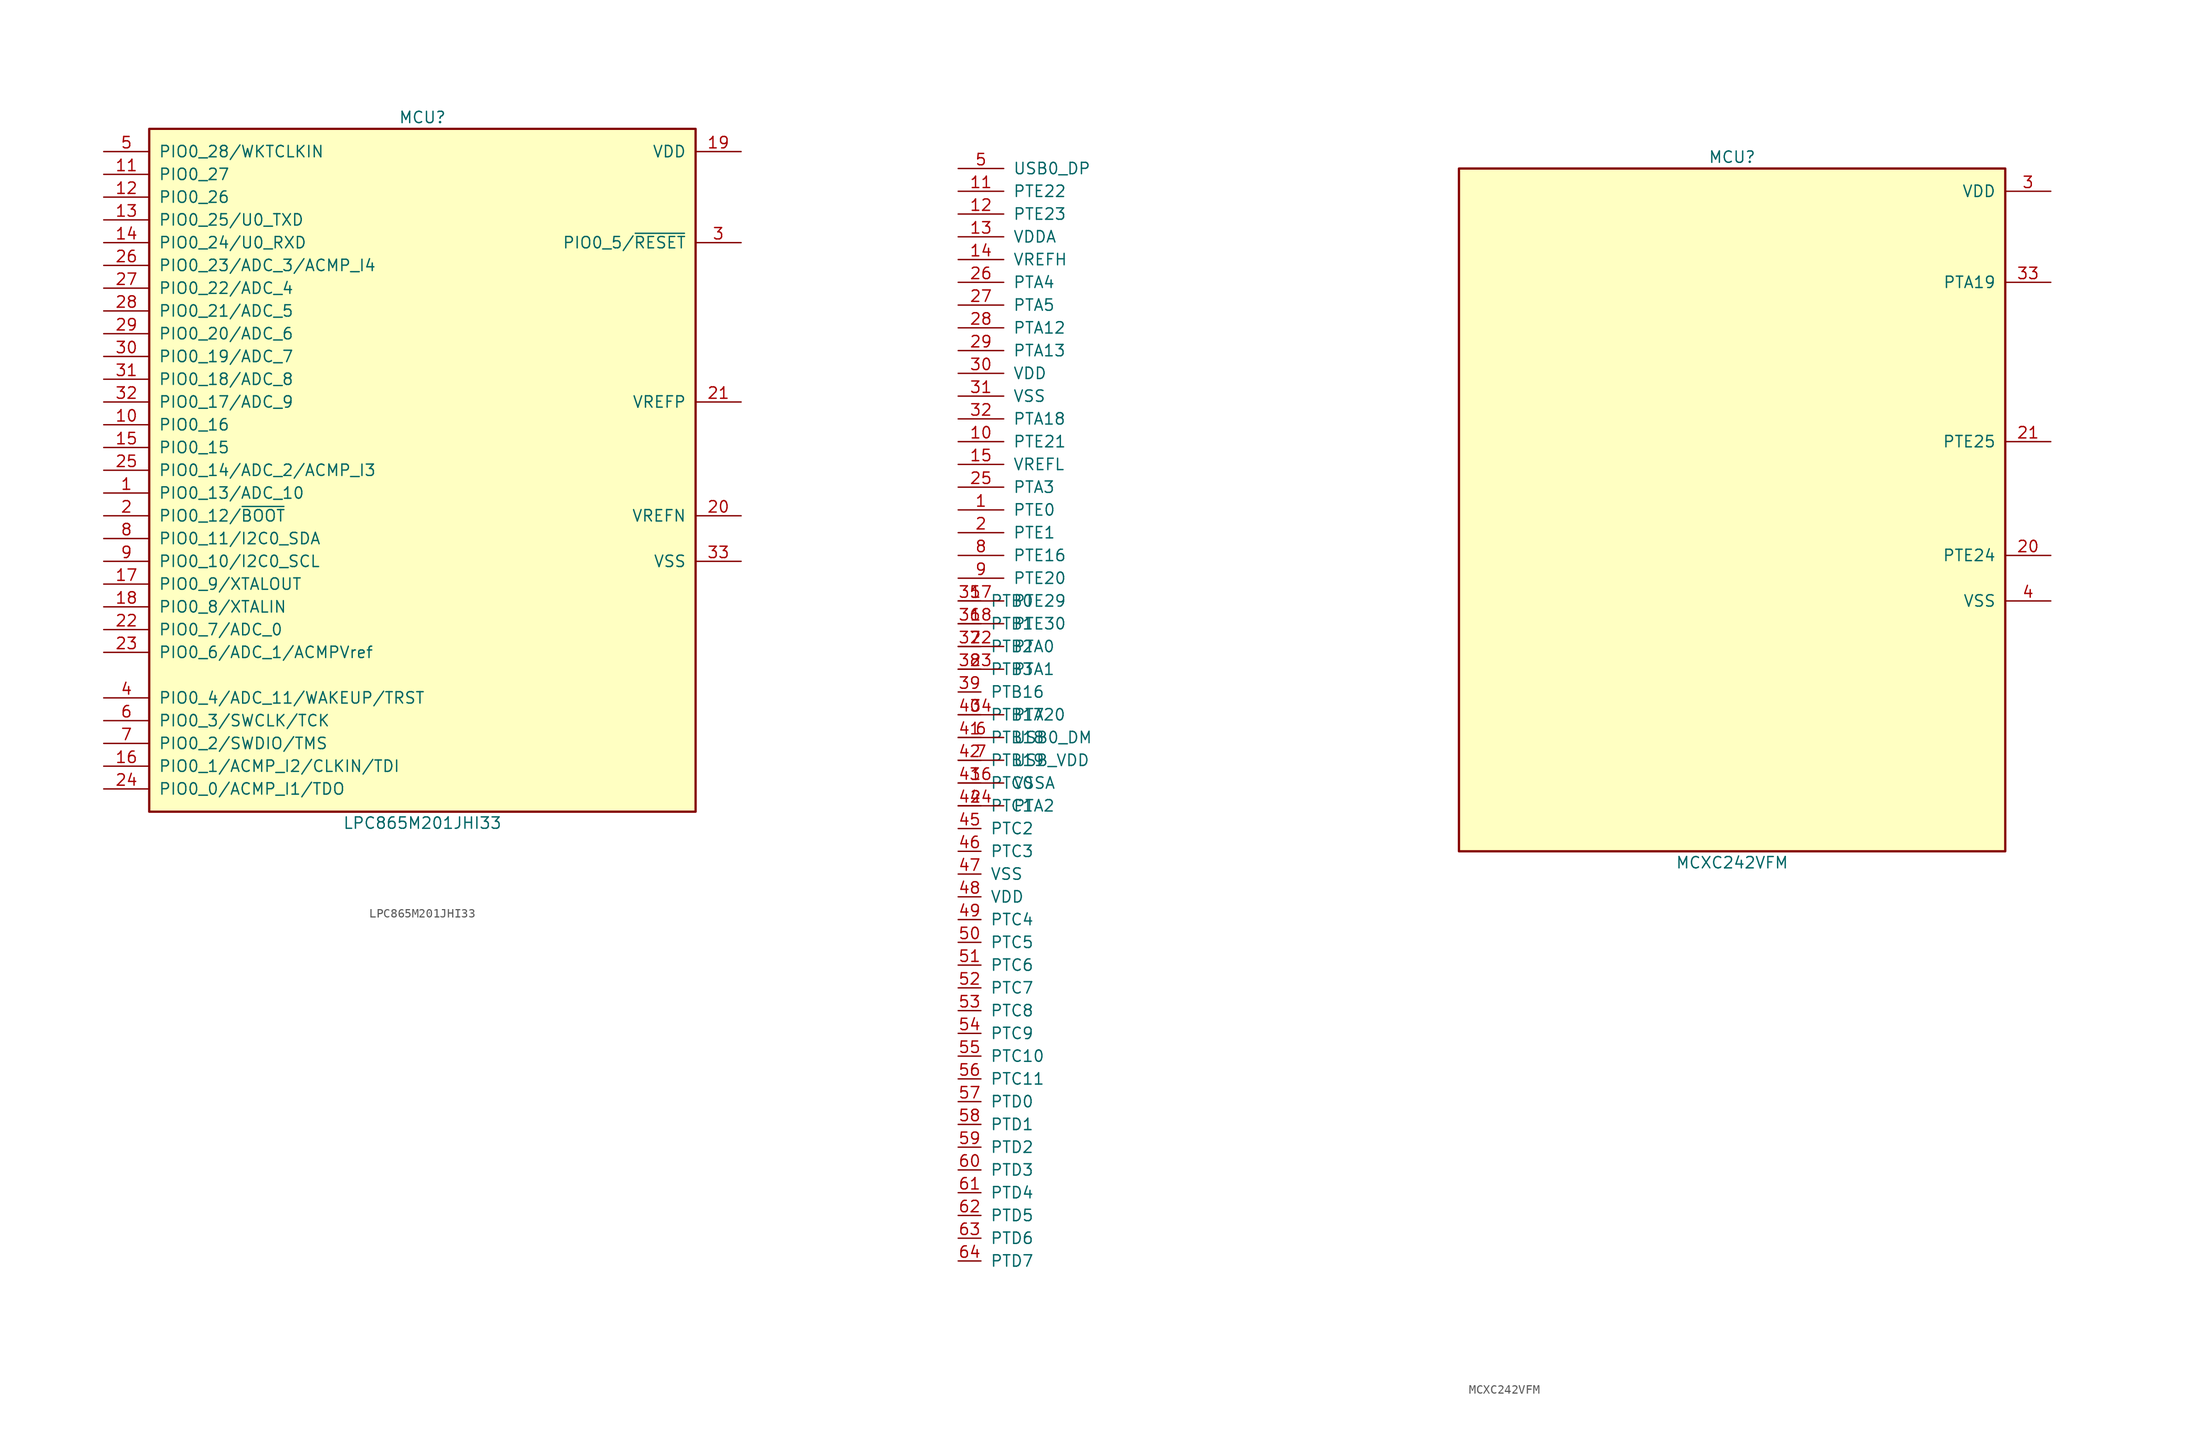
<source format=kicad_sym>
(kicad_symbol_lib
  (version 20231120)
  (generator "kicad_symbol_editor")
  (generator_version "8.0")
  (symbol "LPC865M201JHI33"
    (pin_names
      (offset 1.016))
    (property "Reference" "MCU"
      (at 0 39.37 0)
      (effects (font (size 1.27 1.27))))
    (property "Value" "LPC865M201JHI33"
      (at 0 -39.37 0)
      (effects (font (size 1.27 1.27))))
    (symbol "LPC865M201JHI33_0_1"
      (rectangle (start -30.48 38.1) (end 30.48 -38.1) (stroke (width 0.254) (type default)) (fill (type background))))
    (symbol "LPC865M201JHI33_1_1"
      (pin bidirectional line (at -35.56 -2.54 0) (length 5.08) (name "PIO0_13/ADC_10" (effects (font (size 1.27 1.27)))) (number "1" (effects (font (size 1.27 1.27)))))
      (pin bidirectional line (at -35.56 5.08 0) (length 5.08) (name "PIO0_16" (effects (font (size 1.27 1.27)))) (number "10" (effects (font (size 1.27 1.27)))))
      (pin bidirectional line (at -35.56 33.02 0) (length 5.08) (name "PIO0_27" (effects (font (size 1.27 1.27)))) (number "11" (effects (font (size 1.27 1.27)))))
      (pin bidirectional line (at -35.56 30.48 0) (length 5.08) (name "PIO0_26" (effects (font (size 1.27 1.27)))) (number "12" (effects (font (size 1.27 1.27)))))
      (pin bidirectional line (at -35.56 27.94 0) (length 5.08) (name "PIO0_25/U0_TXD" (effects (font (size 1.27 1.27)))) (number "13" (effects (font (size 1.27 1.27)))))
      (pin bidirectional line (at -35.56 25.4 0) (length 5.08) (name "PIO0_24/U0_RXD" (effects (font (size 1.27 1.27)))) (number "14" (effects (font (size 1.27 1.27)))))
      (pin bidirectional line (at -35.56 2.54 0) (length 5.08) (name "PIO0_15" (effects (font (size 1.27 1.27)))) (number "15" (effects (font (size 1.27 1.27)))))
      (pin bidirectional line (at -35.56 -33.02 0) (length 5.08) (name "PIO0_1/ACMP_I2/CLKIN/TDI" (effects (font (size 1.27 1.27)))) (number "16" (effects (font (size 1.27 1.27)))))
      (pin bidirectional line (at -35.56 -12.7 0) (length 5.08) (name "PIO0_9/XTALOUT" (effects (font (size 1.27 1.27)))) (number "17" (effects (font (size 1.27 1.27)))))
      (pin bidirectional line (at -35.56 -15.24 0) (length 5.08) (name "PIO0_8/XTALIN" (effects (font (size 1.27 1.27)))) (number "18" (effects (font (size 1.27 1.27)))))
      (pin power_in line (at 35.56 35.56 180) (length 5.08) (name "VDD" (effects (font (size 1.27 1.27)))) (number "19" (effects (font (size 1.27 1.27)))))
      (pin bidirectional line (at -35.56 -5.08 0) (length 5.08) (name "PIO0_12/~{BOOT}" (effects (font (size 1.27 1.27)))) (number "2" (effects (font (size 1.27 1.27)))))
      (pin power_in line (at 35.56 -5.08 180) (length 5.08) (name "VREFN" (effects (font (size 1.27 1.27)))) (number "20" (effects (font (size 1.27 1.27)))))
      (pin power_in line (at 35.56 7.62 180) (length 5.08) (name "VREFP" (effects (font (size 1.27 1.27)))) (number "21" (effects (font (size 1.27 1.27)))))
      (pin bidirectional line (at -35.56 -17.78 0) (length 5.08) (name "PIO0_7/ADC_0" (effects (font (size 1.27 1.27)))) (number "22" (effects (font (size 1.27 1.27)))))
      (pin bidirectional line (at -35.56 -20.32 0) (length 5.08) (name "PIO0_6/ADC_1/ACMPVref" (effects (font (size 1.27 1.27)))) (number "23" (effects (font (size 1.27 1.27)))))
      (pin bidirectional line (at -35.56 -35.56 0) (length 5.08) (name "PIO0_0/ACMP_I1/TDO" (effects (font (size 1.27 1.27)))) (number "24" (effects (font (size 1.27 1.27)))))
      (pin bidirectional line (at -35.56 0 0) (length 5.08) (name "PIO0_14/ADC_2/ACMP_I3" (effects (font (size 1.27 1.27)))) (number "25" (effects (font (size 1.27 1.27)))))
      (pin bidirectional line (at -35.56 22.86 0) (length 5.08) (name "PIO0_23/ADC_3/ACMP_I4" (effects (font (size 1.27 1.27)))) (number "26" (effects (font (size 1.27 1.27)))))
      (pin bidirectional line (at -35.56 20.32 0) (length 5.08) (name "PIO0_22/ADC_4" (effects (font (size 1.27 1.27)))) (number "27" (effects (font (size 1.27 1.27)))))
      (pin bidirectional line (at -35.56 17.78 0) (length 5.08) (name "PIO0_21/ADC_5" (effects (font (size 1.27 1.27)))) (number "28" (effects (font (size 1.27 1.27)))))
      (pin bidirectional line (at -35.56 15.24 0) (length 5.08) (name "PIO0_20/ADC_6" (effects (font (size 1.27 1.27)))) (number "29" (effects (font (size 1.27 1.27)))))
      (pin bidirectional line (at 35.56 25.4 180) (length 5.08) (name "PIO0_5/~{RESET}" (effects (font (size 1.27 1.27)))) (number "3" (effects (font (size 1.27 1.27)))))
      (pin bidirectional line (at -35.56 12.7 0) (length 5.08) (name "PIO0_19/ADC_7" (effects (font (size 1.27 1.27)))) (number "30" (effects (font (size 1.27 1.27)))))
      (pin bidirectional line (at -35.56 10.16 0) (length 5.08) (name "PIO0_18/ADC_8" (effects (font (size 1.27 1.27)))) (number "31" (effects (font (size 1.27 1.27)))))
      (pin bidirectional line (at -35.56 7.62 0) (length 5.08) (name "PIO0_17/ADC_9" (effects (font (size 1.27 1.27)))) (number "32" (effects (font (size 1.27 1.27)))))
      (pin power_in line (at 35.56 -10.16 180) (length 5.08) (name "VSS" (effects (font (size 1.27 1.27)))) (number "33" (effects (font (size 1.27 1.27)))))
      (pin bidirectional line (at -35.56 -25.4 0) (length 5.08) (name "PIO0_4/ADC_11/WAKEUP/TRST" (effects (font (size 1.27 1.27)))) (number "4" (effects (font (size 1.27 1.27)))))
      (pin bidirectional line (at -35.56 35.56 0) (length 5.08) (name "PIO0_28/WKTCLKIN" (effects (font (size 1.27 1.27)))) (number "5" (effects (font (size 1.27 1.27)))))
      (pin bidirectional line (at -35.56 -27.94 0) (length 5.08) (name "PIO0_3/SWCLK/TCK" (effects (font (size 1.27 1.27)))) (number "6" (effects (font (size 1.27 1.27)))))
      (pin bidirectional line (at -35.56 -30.48 0) (length 5.08) (name "PIO0_2/SWDIO/TMS" (effects (font (size 1.27 1.27)))) (number "7" (effects (font (size 1.27 1.27)))))
      (pin bidirectional line (at -35.56 -7.62 0) (length 5.08) (name "PIO0_11/I2C0_SDA" (effects (font (size 1.27 1.27)))) (number "8" (effects (font (size 1.27 1.27)))))
      (pin bidirectional line (at -35.56 -10.16 0) (length 5.08) (name "PIO0_10/I2C0_SCL" (effects (font (size 1.27 1.27)))) (number "9" (effects (font (size 1.27 1.27)))))))
  (symbol "MCXC242VFM"
    (pin_names
      (offset 1.016))
    (property "Reference" "MCU"
      (at 0 39.37 0)
      (effects (font (size 1.27 1.27))))
    (property "Value" "MCXC242VFM"
      (at 0 -39.37 0)
      (effects (font (size 1.27 1.27))))
    (symbol "MCXC242VFM_0_1"
      (rectangle (start -30.48 38.1) (end 30.48 -38.1) (stroke (width 0.254) (type default)) (fill (type background))))
    (symbol "MCXC242VFM_1_0"
      (pin bidirectional line (at -86.36 -10.16 0) (length 2.54) (name "PTB0" (effects (font (size 1.27 1.27)))) (number "35" (effects (font (size 1.27 1.27)))))
      (pin bidirectional line (at -86.36 -12.7 0) (length 2.54) (name "PTB1" (effects (font (size 1.27 1.27)))) (number "36" (effects (font (size 1.27 1.27)))))
      (pin bidirectional line (at -86.36 -15.24 0) (length 2.54) (name "PTB2" (effects (font (size 1.27 1.27)))) (number "37" (effects (font (size 1.27 1.27)))))
      (pin bidirectional line (at -86.36 -17.78 0) (length 2.54) (name "PTB3" (effects (font (size 1.27 1.27)))) (number "38" (effects (font (size 1.27 1.27)))))
      (pin bidirectional line (at -86.36 -20.32 0) (length 2.54) (name "PTB16" (effects (font (size 1.27 1.27)))) (number "39" (effects (font (size 1.27 1.27)))))
      (pin bidirectional line (at -86.36 -22.86 0) (length 2.54) (name "PTB17" (effects (font (size 1.27 1.27)))) (number "40" (effects (font (size 1.27 1.27)))))
      (pin bidirectional line (at -86.36 -25.4 0) (length 2.54) (name "PTB18" (effects (font (size 1.27 1.27)))) (number "41" (effects (font (size 1.27 1.27)))))
      (pin bidirectional line (at -86.36 -27.94 0) (length 2.54) (name "PTB19" (effects (font (size 1.27 1.27)))) (number "42" (effects (font (size 1.27 1.27)))))
      (pin bidirectional line (at -86.36 -30.48 0) (length 2.54) (name "PTC0" (effects (font (size 1.27 1.27)))) (number "43" (effects (font (size 1.27 1.27)))))
      (pin bidirectional line (at -86.36 -33.02 0) (length 2.54) (name "PTC1" (effects (font (size 1.27 1.27)))) (number "44" (effects (font (size 1.27 1.27)))))
      (pin bidirectional line (at -86.36 -35.56 0) (length 2.54) (name "PTC2" (effects (font (size 1.27 1.27)))) (number "45" (effects (font (size 1.27 1.27)))))
      (pin bidirectional line (at -86.36 -38.1 0) (length 2.54) (name "PTC3" (effects (font (size 1.27 1.27)))) (number "46" (effects (font (size 1.27 1.27)))))
      (pin power_in line (at -86.36 -40.64 0) (length 2.54) (name "VSS" (effects (font (size 1.27 1.27)))) (number "47" (effects (font (size 1.27 1.27)))))
      (pin power_in line (at -86.36 -43.18 0) (length 2.54) (name "VDD" (effects (font (size 1.27 1.27)))) (number "48" (effects (font (size 1.27 1.27)))))
      (pin bidirectional line (at -86.36 -45.72 0) (length 2.54) (name "PTC4" (effects (font (size 1.27 1.27)))) (number "49" (effects (font (size 1.27 1.27)))))
      (pin bidirectional line (at -86.36 -48.26 0) (length 2.54) (name "PTC5" (effects (font (size 1.27 1.27)))) (number "50" (effects (font (size 1.27 1.27)))))
      (pin bidirectional line (at -86.36 -50.8 0) (length 2.54) (name "PTC6" (effects (font (size 1.27 1.27)))) (number "51" (effects (font (size 1.27 1.27)))))
      (pin bidirectional line (at -86.36 -53.34 0) (length 2.54) (name "PTC7" (effects (font (size 1.27 1.27)))) (number "52" (effects (font (size 1.27 1.27)))))
      (pin bidirectional line (at -86.36 -55.88 0) (length 2.54) (name "PTC8" (effects (font (size 1.27 1.27)))) (number "53" (effects (font (size 1.27 1.27)))))
      (pin bidirectional line (at -86.36 -58.42 0) (length 2.54) (name "PTC9" (effects (font (size 1.27 1.27)))) (number "54" (effects (font (size 1.27 1.27)))))
      (pin bidirectional line (at -86.36 -60.96 0) (length 2.54) (name "PTC10" (effects (font (size 1.27 1.27)))) (number "55" (effects (font (size 1.27 1.27)))))
      (pin bidirectional line (at -86.36 -63.5 0) (length 2.54) (name "PTC11" (effects (font (size 1.27 1.27)))) (number "56" (effects (font (size 1.27 1.27)))))
      (pin bidirectional line (at -86.36 -66.04 0) (length 2.54) (name "PTD0" (effects (font (size 1.27 1.27)))) (number "57" (effects (font (size 1.27 1.27)))))
      (pin bidirectional line (at -86.36 -68.58 0) (length 2.54) (name "PTD1" (effects (font (size 1.27 1.27)))) (number "58" (effects (font (size 1.27 1.27)))))
      (pin bidirectional line (at -86.36 -71.12 0) (length 2.54) (name "PTD2" (effects (font (size 1.27 1.27)))) (number "59" (effects (font (size 1.27 1.27)))))
      (pin bidirectional line (at -86.36 -73.66 0) (length 2.54) (name "PTD3" (effects (font (size 1.27 1.27)))) (number "60" (effects (font (size 1.27 1.27)))))
      (pin bidirectional line (at -86.36 -76.2 0) (length 2.54) (name "PTD4" (effects (font (size 1.27 1.27)))) (number "61" (effects (font (size 1.27 1.27)))))
      (pin bidirectional line (at -86.36 -78.74 0) (length 2.54) (name "PTD5" (effects (font (size 1.27 1.27)))) (number "62" (effects (font (size 1.27 1.27)))))
      (pin bidirectional line (at -86.36 -81.28 0) (length 2.54) (name "PTD6" (effects (font (size 1.27 1.27)))) (number "63" (effects (font (size 1.27 1.27)))))
      (pin bidirectional line (at -86.36 -83.82 0) (length 2.54) (name "PTD7" (effects (font (size 1.27 1.27)))) (number "64" (effects (font (size 1.27 1.27))))))
    (symbol "MCXC242VFM_1_1"
      (pin bidirectional line (at -86.36 0 0) (length 5.08) (name "PTE0" (effects (font (size 1.27 1.27)))) (number "1" (effects (font (size 1.27 1.27)))))
      (pin bidirectional line (at -86.36 7.62 0) (length 5.08) (name "PTE21" (effects (font (size 1.27 1.27)))) (number "10" (effects (font (size 1.27 1.27)))))
      (pin bidirectional line (at -86.36 35.56 0) (length 5.08) (name "PTE22" (effects (font (size 1.27 1.27)))) (number "11" (effects (font (size 1.27 1.27)))))
      (pin bidirectional line (at -86.36 33.02 0) (length 5.08) (name "PTE23" (effects (font (size 1.27 1.27)))) (number "12" (effects (font (size 1.27 1.27)))))
      (pin power_in line (at -86.36 30.48 0) (length 5.08) (name "VDDA" (effects (font (size 1.27 1.27)))) (number "13" (effects (font (size 1.27 1.27)))))
      (pin passive line (at -86.36 27.94 0) (length 5.08) (name "VREFH" (effects (font (size 1.27 1.27)))) (number "14" (effects (font (size 1.27 1.27)))))
      (pin passive line (at -86.36 5.08 0) (length 5.08) (name "VREFL" (effects (font (size 1.27 1.27)))) (number "15" (effects (font (size 1.27 1.27)))))
      (pin power_in line (at -86.36 -30.48 0) (length 5.08) (name "VSSA" (effects (font (size 1.27 1.27)))) (number "16" (effects (font (size 1.27 1.27)))))
      (pin bidirectional line (at -86.36 -10.16 0) (length 5.08) (name "PTE29" (effects (font (size 1.27 1.27)))) (number "17" (effects (font (size 1.27 1.27)))))
      (pin bidirectional line (at -86.36 -12.7 0) (length 5.08) (name "PTE30" (effects (font (size 1.27 1.27)))) (number "18" (effects (font (size 1.27 1.27)))))
      (pin bidirectional line (at -86.36 -2.54 0) (length 5.08) (name "PTE1" (effects (font (size 1.27 1.27)))) (number "2" (effects (font (size 1.27 1.27)))))
      (pin bidirectional line (at 35.56 -5.08 180) (length 5.08) (name "PTE24" (effects (font (size 1.27 1.27)))) (number "20" (effects (font (size 1.27 1.27)))))
      (pin bidirectional line (at 35.56 7.62 180) (length 5.08) (name "PTE25" (effects (font (size 1.27 1.27)))) (number "21" (effects (font (size 1.27 1.27)))))
      (pin bidirectional line (at -86.36 -15.24 0) (length 5.08) (name "PTA0" (effects (font (size 1.27 1.27)))) (number "22" (effects (font (size 1.27 1.27)))))
      (pin bidirectional line (at -86.36 -17.78 0) (length 5.08) (name "PTA1" (effects (font (size 1.27 1.27)))) (number "23" (effects (font (size 1.27 1.27)))))
      (pin bidirectional line (at -86.36 -33.02 0) (length 5.08) (name "PTA2" (effects (font (size 1.27 1.27)))) (number "24" (effects (font (size 1.27 1.27)))))
      (pin bidirectional line (at -86.36 2.54 0) (length 5.08) (name "PTA3" (effects (font (size 1.27 1.27)))) (number "25" (effects (font (size 1.27 1.27)))))
      (pin bidirectional line (at -86.36 25.4 0) (length 5.08) (name "PTA4" (effects (font (size 1.27 1.27)))) (number "26" (effects (font (size 1.27 1.27)))))
      (pin bidirectional line (at -86.36 22.86 0) (length 5.08) (name "PTA5" (effects (font (size 1.27 1.27)))) (number "27" (effects (font (size 1.27 1.27)))))
      (pin bidirectional line (at -86.36 20.32 0) (length 5.08) (name "PTA12" (effects (font (size 1.27 1.27)))) (number "28" (effects (font (size 1.27 1.27)))))
      (pin bidirectional line (at -86.36 17.78 0) (length 5.08) (name "PTA13" (effects (font (size 1.27 1.27)))) (number "29" (effects (font (size 1.27 1.27)))))
      (pin power_in line (at 35.56 35.56 180) (length 5.08) (name "VDD" (effects (font (size 1.27 1.27)))) (number "3" (effects (font (size 1.27 1.27)))))
      (pin power_in line (at -86.36 15.24 0) (length 5.08) (name "VDD" (effects (font (size 1.27 1.27)))) (number "30" (effects (font (size 1.27 1.27)))))
      (pin power_in line (at -86.36 12.7 0) (length 5.08) (name "VSS" (effects (font (size 1.27 1.27)))) (number "31" (effects (font (size 1.27 1.27)))))
      (pin bidirectional line (at -86.36 10.16 0) (length 5.08) (name "PTA18" (effects (font (size 1.27 1.27)))) (number "32" (effects (font (size 1.27 1.27)))))
      (pin bidirectional line (at 35.56 25.4 180) (length 5.08) (name "PTA19" (effects (font (size 1.27 1.27)))) (number "33" (effects (font (size 1.27 1.27)))))
      (pin bidirectional line (at -86.36 -22.86 0) (length 5.08) (name "PTA20" (effects (font (size 1.27 1.27)))) (number "34" (effects (font (size 1.27 1.27)))))
      (pin power_in line (at 35.56 -10.16 180) (length 5.08) (name "VSS" (effects (font (size 1.27 1.27)))) (number "4" (effects (font (size 1.27 1.27)))))
      (pin bidirectional line (at -86.36 38.1 0) (length 5.08) (name "USB0_DP" (effects (font (size 1.27 1.27)))) (number "5" (effects (font (size 1.27 1.27)))))
      (pin bidirectional line (at -86.36 -25.4 0) (length 5.08) (name "USB0_DM" (effects (font (size 1.27 1.27)))) (number "6" (effects (font (size 1.27 1.27)))))
      (pin power_in line (at -86.36 -27.94 0) (length 5.08) (name "USB_VDD" (effects (font (size 1.27 1.27)))) (number "7" (effects (font (size 1.27 1.27)))))
      (pin bidirectional line (at -86.36 -5.08 0) (length 5.08) (name "PTE16" (effects (font (size 1.27 1.27)))) (number "8" (effects (font (size 1.27 1.27)))))
      (pin bidirectional line (at -86.36 -7.62 0) (length 5.08) (name "PTE20" (effects (font (size 1.27 1.27)))) (number "9" (effects (font (size 1.27 1.27))))))))
</source>
